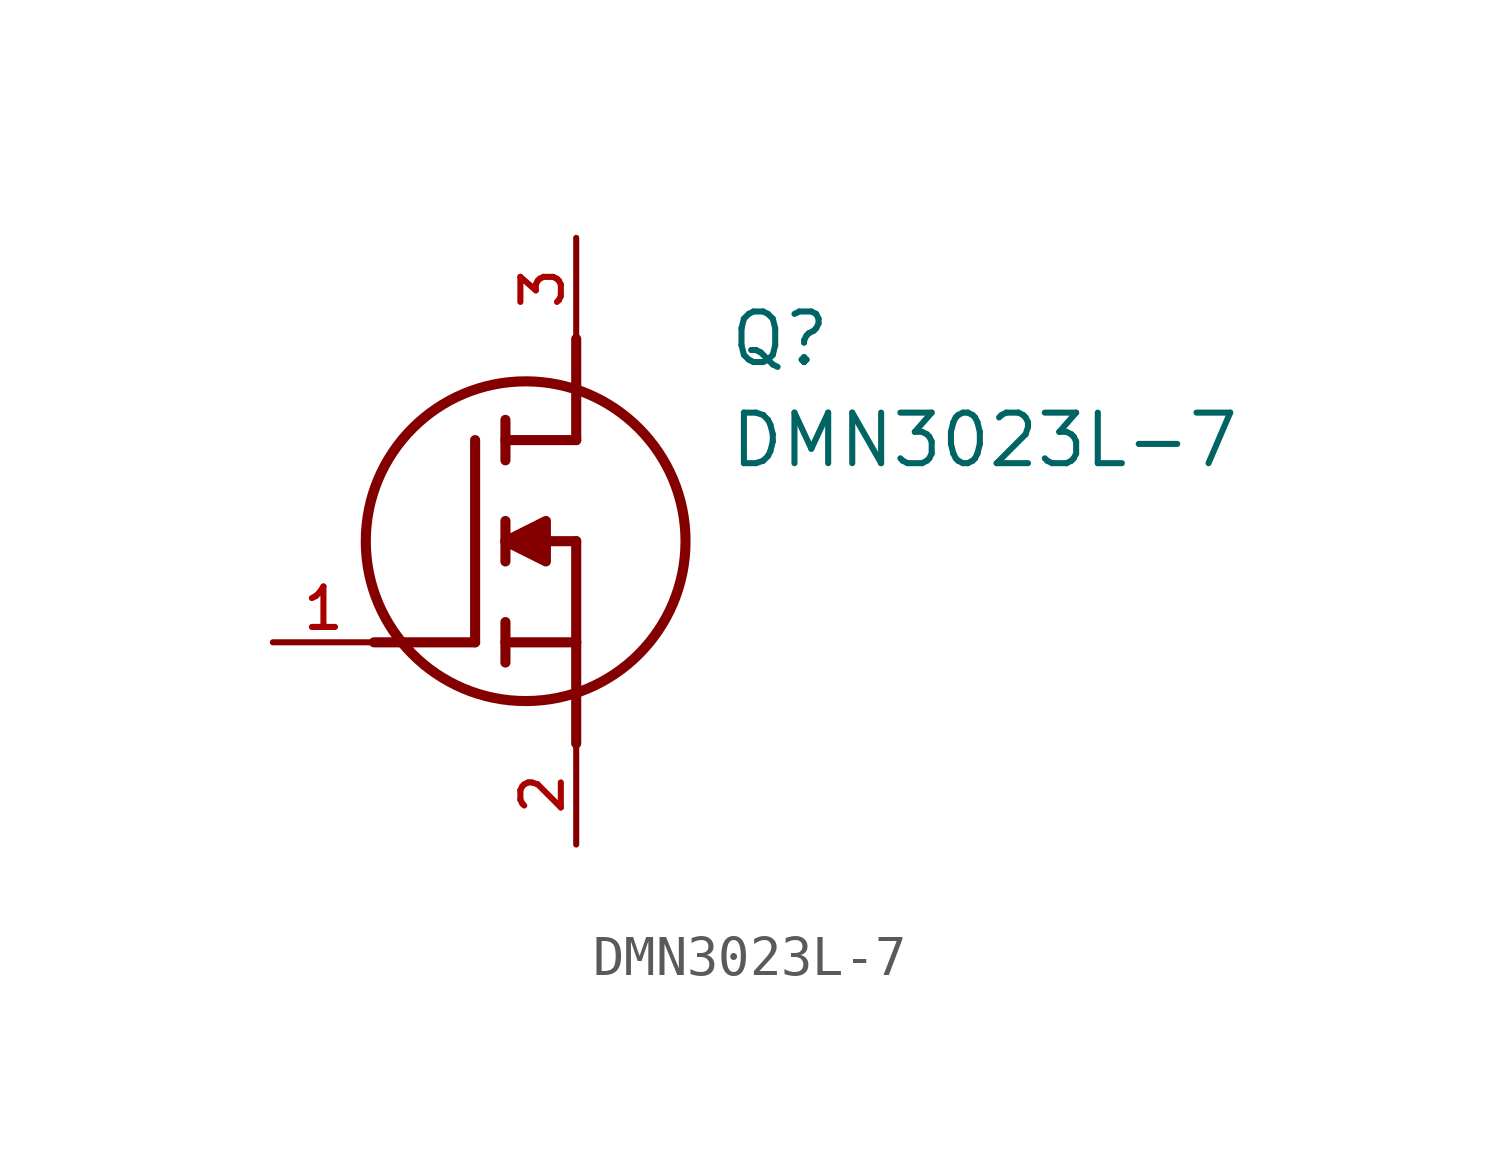
<source format=kicad_sym>
(kicad_symbol_lib
  (version 20211014)
  (generator kicad_symbol_editor)
  (symbol "DMN3023L-7"
    (pin_names
      (offset 1.016))
    (property "Reference" "Q"
      (at 6.35 5.08 0)
      (effects (font (size 1.27 1.27)) (justify left)))
    (property "Value" "DMN3023L-7"
      (at 6.35 2.54 0)
      (effects (font (size 1.27 1.27)) (justify left)))
    (symbol "DMN3023L-7_0_0"
      (circle (center 1.27 0.0) (radius 4.016) (stroke (width 0.254)) (fill (type none)))
      (polyline (pts (xy 2.54 0.0) (xy 2.54 -2.54)) (stroke (width 0.254)))
      (polyline (pts (xy 2.54 -2.54) (xy 2.54 -5.08)) (stroke (width 0.254)))
      (polyline (pts (xy 2.54 2.54) (xy 2.54 5.08)) (stroke (width 0.254)))
      (polyline (pts (xy -2.54 -2.54) (xy 0.0 -2.54)) (stroke (width 0.254)))
      (polyline (pts (xy 0.0 2.54) (xy 0.0 -2.54)) (stroke (width 0.254)))
      (polyline (pts (xy 2.54 0.0) (xy 0.762 0.0)) (stroke (width 0.254)))
      (polyline (pts (xy 2.54 2.54) (xy 0.762 2.54)) (stroke (width 0.254)))
      (polyline (pts (xy 0.762 -2.54) (xy 2.54 -2.54)) (stroke (width 0.254)))
      (polyline (pts (xy 0.762 3.048) (xy 0.762 2.032)) (stroke (width 0.254)))
      (polyline (pts (xy 0.762 -3.048) (xy 0.762 -2.032)) (stroke (width 0.254)))
      (polyline (pts (xy 0.762 -0.508) (xy 0.762 0.508)) (stroke (width 0.254)))
      (polyline (pts (xy 0.762 0.0) (xy 1.778 0.508) (xy 1.778 -0.508) (xy 0.762 0.0)) (stroke (width 0.254)) (fill (type outline)))
      (pin bidirectional line (at 2.54 7.62 270.0) (length 2.54) (name "~" (effects (font (size 1.016 1.016)))) (number "3" (effects (font (size 1.016 1.016)))))
      (pin bidirectional line (at -5.08 -2.54 0) (length 2.54) (name "~" (effects (font (size 1.016 1.016)))) (number "1" (effects (font (size 1.016 1.016)))))
      (pin bidirectional line (at 2.54 -7.62 90.0) (length 2.54) (name "~" (effects (font (size 1.016 1.016)))) (number "2" (effects (font (size 1.016 1.016))))))))
</source>
